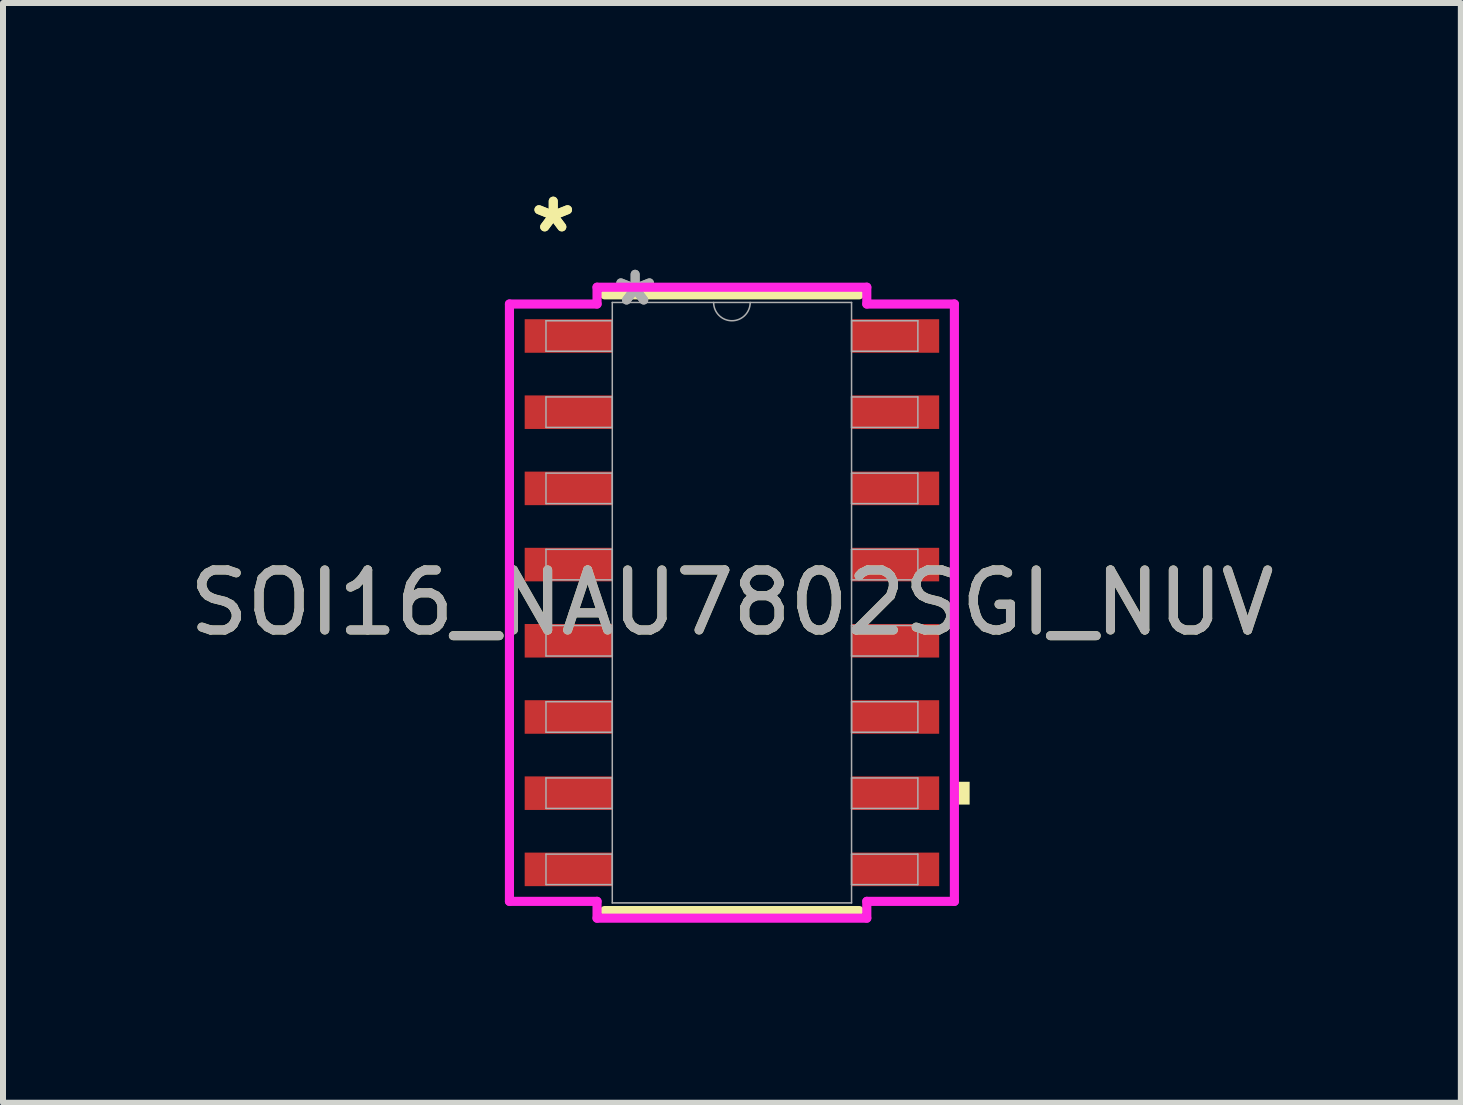
<source format=kicad_pcb>
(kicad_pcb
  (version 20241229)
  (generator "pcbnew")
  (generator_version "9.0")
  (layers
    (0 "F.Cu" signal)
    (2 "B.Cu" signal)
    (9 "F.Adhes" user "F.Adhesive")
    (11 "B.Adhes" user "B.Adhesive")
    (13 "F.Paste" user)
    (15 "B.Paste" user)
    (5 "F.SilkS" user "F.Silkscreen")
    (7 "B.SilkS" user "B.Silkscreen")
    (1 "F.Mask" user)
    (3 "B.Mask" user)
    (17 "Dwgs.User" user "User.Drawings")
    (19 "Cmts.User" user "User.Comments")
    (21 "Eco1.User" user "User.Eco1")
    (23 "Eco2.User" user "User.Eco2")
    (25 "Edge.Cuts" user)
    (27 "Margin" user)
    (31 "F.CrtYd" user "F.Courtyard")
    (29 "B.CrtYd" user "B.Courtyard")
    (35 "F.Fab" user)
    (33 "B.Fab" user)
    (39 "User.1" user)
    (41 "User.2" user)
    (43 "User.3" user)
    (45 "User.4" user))
  (footprint "SOI16_NAU7802SGI_NUV"
    (layer "F.Cu")
    (at 9.149 6.995)
    (property "Reference" "SOI16_NAU7802SGI_NUV" (at 0 0 0) (unlocked yes) (layer "F.SilkS") (effects (font (size 1 1) (thickness 0.15))))
    (attr smd)
    (fp_line (start -2.121 5.131) (end 2.121 5.131) (stroke (width 0.152) (type solid)) (layer "F.SilkS"))
    (fp_line (start 2.121 -5.131) (end -2.121 -5.131) (stroke (width 0.152) (type solid)) (layer "F.SilkS"))
    (fp_poly (pts (xy 3.962 2.985) (xy 3.962 3.365) (xy 3.708 3.365) (xy 3.708 2.985)) (stroke (width 0) (type solid)) (fill yes) (layer "F.SilkS"))
    (fp_line (start -3.708 -4.978) (end -2.248 -4.978) (stroke (width 0.152) (type solid)) (layer "F.CrtYd"))
    (fp_line (start -3.708 4.978) (end -3.708 -4.978) (stroke (width 0.152) (type solid)) (layer "F.CrtYd"))
    (fp_line (start -3.708 4.978) (end -2.248 4.978) (stroke (width 0.152) (type solid)) (layer "F.CrtYd"))
    (fp_line (start -2.248 -5.258) (end 2.248 -5.258) (stroke (width 0.152) (type solid)) (layer "F.CrtYd"))
    (fp_line (start -2.248 -4.978) (end -2.248 -5.258) (stroke (width 0.152) (type solid)) (layer "F.CrtYd"))
    (fp_line (start -2.248 5.258) (end -2.248 4.978) (stroke (width 0.152) (type solid)) (layer "F.CrtYd"))
    (fp_line (start 2.248 -5.258) (end 2.248 -4.978) (stroke (width 0.152) (type solid)) (layer "F.CrtYd"))
    (fp_line (start 2.248 4.978) (end 2.248 5.258) (stroke (width 0.152) (type solid)) (layer "F.CrtYd"))
    (fp_line (start 2.248 5.258) (end -2.248 5.258) (stroke (width 0.152) (type solid)) (layer "F.CrtYd"))
    (fp_line (start 3.708 -4.978) (end 2.248 -4.978) (stroke (width 0.152) (type solid)) (layer "F.CrtYd"))
    (fp_line (start 3.708 -4.978) (end 3.708 4.978) (stroke (width 0.152) (type solid)) (layer "F.CrtYd"))
    (fp_line (start 3.708 4.978) (end 2.248 4.978) (stroke (width 0.152) (type solid)) (layer "F.CrtYd"))
    (fp_line (start -3.099 -4.699) (end -3.099 -4.191) (stroke (width 0.025) (type solid)) (layer "F.Fab"))
    (fp_line (start -3.099 -4.191) (end -1.994 -4.191) (stroke (width 0.025) (type solid)) (layer "F.Fab"))
    (fp_line (start -3.099 -3.429) (end -3.099 -2.921) (stroke (width 0.025) (type solid)) (layer "F.Fab"))
    (fp_line (start -3.099 -2.921) (end -1.994 -2.921) (stroke (width 0.025) (type solid)) (layer "F.Fab"))
    (fp_line (start -3.099 -2.159) (end -3.099 -1.651) (stroke (width 0.025) (type solid)) (layer "F.Fab"))
    (fp_line (start -3.099 -1.651) (end -1.994 -1.651) (stroke (width 0.025) (type solid)) (layer "F.Fab"))
    (fp_line (start -3.099 -0.889) (end -3.099 -0.381) (stroke (width 0.025) (type solid)) (layer "F.Fab"))
    (fp_line (start -3.099 -0.381) (end -1.994 -0.381) (stroke (width 0.025) (type solid)) (layer "F.Fab"))
    (fp_line (start -3.099 0.381) (end -3.099 0.889) (stroke (width 0.025) (type solid)) (layer "F.Fab"))
    (fp_line (start -3.099 0.889) (end -1.994 0.889) (stroke (width 0.025) (type solid)) (layer "F.Fab"))
    (fp_line (start -3.099 1.651) (end -3.099 2.159) (stroke (width 0.025) (type solid)) (layer "F.Fab"))
    (fp_line (start -3.099 2.159) (end -1.994 2.159) (stroke (width 0.025) (type solid)) (layer "F.Fab"))
    (fp_line (start -3.099 2.921) (end -3.099 3.429) (stroke (width 0.025) (type solid)) (layer "F.Fab"))
    (fp_line (start -3.099 3.429) (end -1.994 3.429) (stroke (width 0.025) (type solid)) (layer "F.Fab"))
    (fp_line (start -3.099 4.191) (end -3.099 4.699) (stroke (width 0.025) (type solid)) (layer "F.Fab"))
    (fp_line (start -3.099 4.699) (end -1.994 4.699) (stroke (width 0.025) (type solid)) (layer "F.Fab"))
    (fp_line (start -1.994 -5.004) (end -1.994 5.004) (stroke (width 0.025) (type solid)) (layer "F.Fab"))
    (fp_line (start -1.994 -4.699) (end -3.099 -4.699) (stroke (width 0.025) (type solid)) (layer "F.Fab"))
    (fp_line (start -1.994 -4.191) (end -1.994 -4.699) (stroke (width 0.025) (type solid)) (layer "F.Fab"))
    (fp_line (start -1.994 -3.429) (end -3.099 -3.429) (stroke (width 0.025) (type solid)) (layer "F.Fab"))
    (fp_line (start -1.994 -2.921) (end -1.994 -3.429) (stroke (width 0.025) (type solid)) (layer "F.Fab"))
    (fp_line (start -1.994 -2.159) (end -3.099 -2.159) (stroke (width 0.025) (type solid)) (layer "F.Fab"))
    (fp_line (start -1.994 -1.651) (end -1.994 -2.159) (stroke (width 0.025) (type solid)) (layer "F.Fab"))
    (fp_line (start -1.994 -0.889) (end -3.099 -0.889) (stroke (width 0.025) (type solid)) (layer "F.Fab"))
    (fp_line (start -1.994 -0.381) (end -1.994 -0.889) (stroke (width 0.025) (type solid)) (layer "F.Fab"))
    (fp_line (start -1.994 0.381) (end -3.099 0.381) (stroke (width 0.025) (type solid)) (layer "F.Fab"))
    (fp_line (start -1.994 0.889) (end -1.994 0.381) (stroke (width 0.025) (type solid)) (layer "F.Fab"))
    (fp_line (start -1.994 1.651) (end -3.099 1.651) (stroke (width 0.025) (type solid)) (layer "F.Fab"))
    (fp_line (start -1.994 2.159) (end -1.994 1.651) (stroke (width 0.025) (type solid)) (layer "F.Fab"))
    (fp_line (start -1.994 2.921) (end -3.099 2.921) (stroke (width 0.025) (type solid)) (layer "F.Fab"))
    (fp_line (start -1.994 3.429) (end -1.994 2.921) (stroke (width 0.025) (type solid)) (layer "F.Fab"))
    (fp_line (start -1.994 4.191) (end -3.099 4.191) (stroke (width 0.025) (type solid)) (layer "F.Fab"))
    (fp_line (start -1.994 4.699) (end -1.994 4.191) (stroke (width 0.025) (type solid)) (layer "F.Fab"))
    (fp_line (start -1.994 5.004) (end 1.994 5.004) (stroke (width 0.025) (type solid)) (layer "F.Fab"))
    (fp_line (start 1.994 -5.004) (end -1.994 -5.004) (stroke (width 0.025) (type solid)) (layer "F.Fab"))
    (fp_line (start 1.994 -4.699) (end 1.994 -4.191) (stroke (width 0.025) (type solid)) (layer "F.Fab"))
    (fp_line (start 1.994 -4.191) (end 3.099 -4.191) (stroke (width 0.025) (type solid)) (layer "F.Fab"))
    (fp_line (start 1.994 -3.429) (end 1.994 -2.921) (stroke (width 0.025) (type solid)) (layer "F.Fab"))
    (fp_line (start 1.994 -2.921) (end 3.099 -2.921) (stroke (width 0.025) (type solid)) (layer "F.Fab"))
    (fp_line (start 1.994 -2.159) (end 1.994 -1.651) (stroke (width 0.025) (type solid)) (layer "F.Fab"))
    (fp_line (start 1.994 -1.651) (end 3.099 -1.651) (stroke (width 0.025) (type solid)) (layer "F.Fab"))
    (fp_line (start 1.994 -0.889) (end 1.994 -0.381) (stroke (width 0.025) (type solid)) (layer "F.Fab"))
    (fp_line (start 1.994 -0.381) (end 3.099 -0.381) (stroke (width 0.025) (type solid)) (layer "F.Fab"))
    (fp_line (start 1.994 0.381) (end 1.994 0.889) (stroke (width 0.025) (type solid)) (layer "F.Fab"))
    (fp_line (start 1.994 0.889) (end 3.099 0.889) (stroke (width 0.025) (type solid)) (layer "F.Fab"))
    (fp_line (start 1.994 1.651) (end 1.994 2.159) (stroke (width 0.025) (type solid)) (layer "F.Fab"))
    (fp_line (start 1.994 2.159) (end 3.099 2.159) (stroke (width 0.025) (type solid)) (layer "F.Fab"))
    (fp_line (start 1.994 2.921) (end 1.994 3.429) (stroke (width 0.025) (type solid)) (layer "F.Fab"))
    (fp_line (start 1.994 3.429) (end 3.099 3.429) (stroke (width 0.025) (type solid)) (layer "F.Fab"))
    (fp_line (start 1.994 4.191) (end 1.994 4.699) (stroke (width 0.025) (type solid)) (layer "F.Fab"))
    (fp_line (start 1.994 4.699) (end 3.099 4.699) (stroke (width 0.025) (type solid)) (layer "F.Fab"))
    (fp_line (start 1.994 5.004) (end 1.994 -5.004) (stroke (width 0.025) (type solid)) (layer "F.Fab"))
    (fp_line (start 3.099 -4.699) (end 1.994 -4.699) (stroke (width 0.025) (type solid)) (layer "F.Fab"))
    (fp_line (start 3.099 -4.191) (end 3.099 -4.699) (stroke (width 0.025) (type solid)) (layer "F.Fab"))
    (fp_line (start 3.099 -3.429) (end 1.994 -3.429) (stroke (width 0.025) (type solid)) (layer "F.Fab"))
    (fp_line (start 3.099 -2.921) (end 3.099 -3.429) (stroke (width 0.025) (type solid)) (layer "F.Fab"))
    (fp_line (start 3.099 -2.159) (end 1.994 -2.159) (stroke (width 0.025) (type solid)) (layer "F.Fab"))
    (fp_line (start 3.099 -1.651) (end 3.099 -2.159) (stroke (width 0.025) (type solid)) (layer "F.Fab"))
    (fp_line (start 3.099 -0.889) (end 1.994 -0.889) (stroke (width 0.025) (type solid)) (layer "F.Fab"))
    (fp_line (start 3.099 -0.381) (end 3.099 -0.889) (stroke (width 0.025) (type solid)) (layer "F.Fab"))
    (fp_line (start 3.099 0.381) (end 1.994 0.381) (stroke (width 0.025) (type solid)) (layer "F.Fab"))
    (fp_line (start 3.099 0.889) (end 3.099 0.381) (stroke (width 0.025) (type solid)) (layer "F.Fab"))
    (fp_line (start 3.099 1.651) (end 1.994 1.651) (stroke (width 0.025) (type solid)) (layer "F.Fab"))
    (fp_line (start 3.099 2.159) (end 3.099 1.651) (stroke (width 0.025) (type solid)) (layer "F.Fab"))
    (fp_line (start 3.099 2.921) (end 1.994 2.921) (stroke (width 0.025) (type solid)) (layer "F.Fab"))
    (fp_line (start 3.099 3.429) (end 3.099 2.921) (stroke (width 0.025) (type solid)) (layer "F.Fab"))
    (fp_line (start 3.099 4.191) (end 1.994 4.191) (stroke (width 0.025) (type solid)) (layer "F.Fab"))
    (fp_line (start 3.099 4.699) (end 3.099 4.191) (stroke (width 0.025) (type solid)) (layer "F.Fab"))
    (fp_arc (start 0.3048 -5.0038) (mid 0 -4.699) (end -0.3048 -5.0038) (stroke (width 0.0254) (type solid)) (layer "F.Fab"))
    (fp_text user "*" (at -2.978 -6.147 0) (layer "F.SilkS") (effects (font (size 1 1) (thickness 0.15))))
    (fp_text user "*" (at -2.978 -6.147 0) (unlocked yes) (layer "F.SilkS") (effects (font (size 1 1) (thickness 0.15))))
    (fp_text user "*" (at -1.613 -4.928 0) (unlocked yes) (layer "F.Fab") (effects (font (size 1 1) (thickness 0.15))))
    (fp_text user "*" (at -1.613 -4.928 0) (layer "F.Fab") (effects (font (size 1 1) (thickness 0.15))))
    (fp_text user "${REFERENCE}" (at 0 0 0) (unlocked yes) (layer "F.Fab") (effects (font (size 1 1) (thickness 0.15))))
    (pad "1" smd rect (at -2.724 -4.445) (size 1.46 0.559) (layers "F.Cu" "F.Mask" "F.Paste"))
    (pad "2" smd rect (at -2.724 -3.175) (size 1.46 0.559) (layers "F.Cu" "F.Mask" "F.Paste"))
    (pad "3" smd rect (at -2.724 -1.905) (size 1.46 0.559) (layers "F.Cu" "F.Mask" "F.Paste"))
    (pad "4" smd rect (at -2.724 -0.635) (size 1.46 0.559) (layers "F.Cu" "F.Mask" "F.Paste"))
    (pad "5" smd rect (at -2.724 0.635) (size 1.46 0.559) (layers "F.Cu" "F.Mask" "F.Paste"))
    (pad "6" smd rect (at -2.724 1.905) (size 1.46 0.559) (layers "F.Cu" "F.Mask" "F.Paste"))
    (pad "7" smd rect (at -2.724 3.175) (size 1.46 0.559) (layers "F.Cu" "F.Mask" "F.Paste"))
    (pad "8" smd rect (at -2.724 4.445) (size 1.46 0.559) (layers "F.Cu" "F.Mask" "F.Paste"))
    (pad "9" smd rect (at 2.724 4.445) (size 1.46 0.559) (layers "F.Cu" "F.Mask" "F.Paste"))
    (pad "10" smd rect (at 2.724 3.175) (size 1.46 0.559) (layers "F.Cu" "F.Mask" "F.Paste"))
    (pad "11" smd rect (at 2.724 1.905) (size 1.46 0.559) (layers "F.Cu" "F.Mask" "F.Paste"))
    (pad "12" smd rect (at 2.724 0.635) (size 1.46 0.559) (layers "F.Cu" "F.Mask" "F.Paste"))
    (pad "13" smd rect (at 2.724 -0.635) (size 1.46 0.559) (layers "F.Cu" "F.Mask" "F.Paste"))
    (pad "14" smd rect (at 2.724 -1.905) (size 1.46 0.559) (layers "F.Cu" "F.Mask" "F.Paste"))
    (pad "15" smd rect (at 2.724 -3.175) (size 1.46 0.559) (layers "F.Cu" "F.Mask" "F.Paste"))
    (pad "16" smd rect (at 2.724 -4.445) (size 1.46 0.559) (layers "F.Cu" "F.Mask" "F.Paste")))
  (gr_rect
    (start -3 -3)
    (end 21.298 15.329)
    (stroke (width 0.1) (type default))
    (fill no)
    (layer "Edge.Cuts")))
</source>
